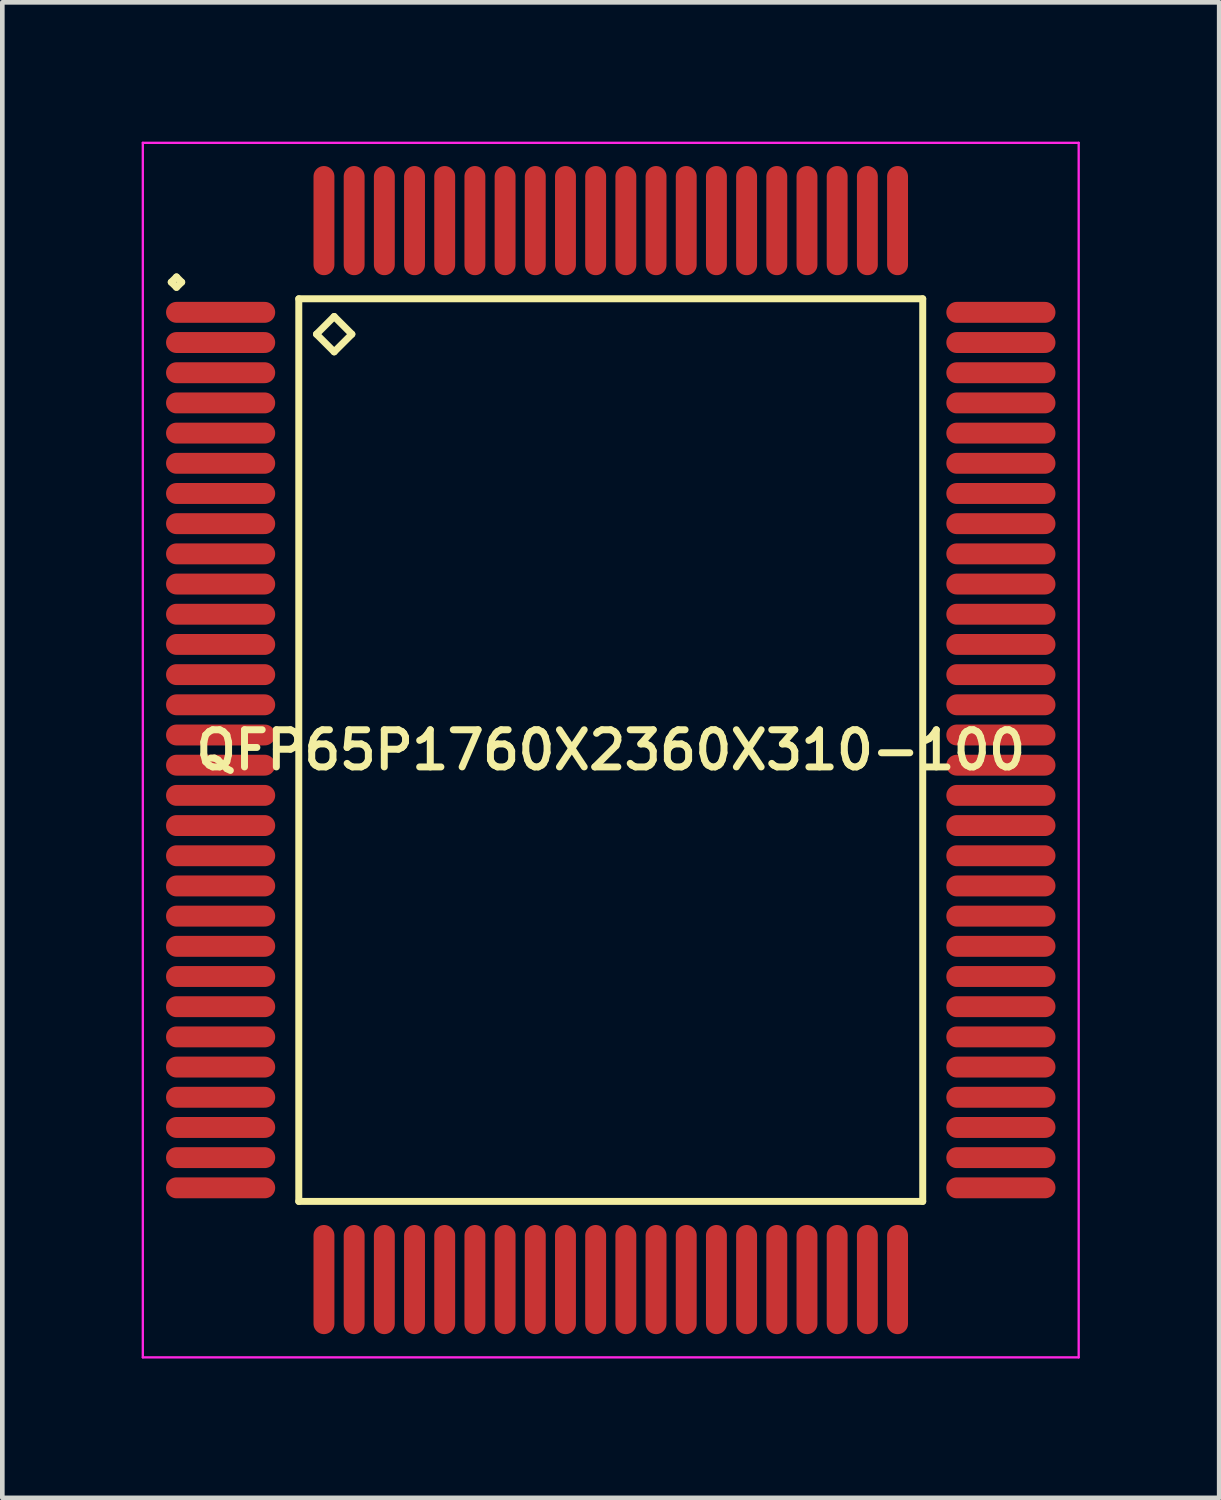
<source format=kicad_pcb>
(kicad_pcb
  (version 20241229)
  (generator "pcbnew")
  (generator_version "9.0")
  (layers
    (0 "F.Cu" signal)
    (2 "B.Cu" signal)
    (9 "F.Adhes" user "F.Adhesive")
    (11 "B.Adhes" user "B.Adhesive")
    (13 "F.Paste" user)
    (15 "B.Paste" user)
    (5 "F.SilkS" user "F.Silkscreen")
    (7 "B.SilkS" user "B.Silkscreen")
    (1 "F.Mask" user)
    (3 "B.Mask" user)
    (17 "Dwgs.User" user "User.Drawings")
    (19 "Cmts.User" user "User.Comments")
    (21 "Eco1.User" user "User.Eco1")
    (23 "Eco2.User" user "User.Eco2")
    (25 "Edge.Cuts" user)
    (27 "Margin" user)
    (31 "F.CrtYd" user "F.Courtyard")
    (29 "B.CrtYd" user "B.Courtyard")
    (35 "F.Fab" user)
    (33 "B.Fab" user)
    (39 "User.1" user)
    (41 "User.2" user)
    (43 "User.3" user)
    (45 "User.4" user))
  (footprint "QFP65P1760X2360X310-100"
    (layer "F.Cu")
    (at 10.1 13.1)
    (property "Reference" "QFP65P1760X2360X310-100" (at 0 0 0) (layer "F.SilkS") (effects (font (size 0.8 0.8) (thickness 0.15))))
    (attr smd)
    (fp_line (start -9.463 -10.075) (end -9.35 -10.188) (stroke (width 0.15) (type solid)) (layer "F.SilkS"))
    (fp_line (start -9.35 -10.188) (end -9.238 -10.075) (stroke (width 0.15) (type solid)) (layer "F.SilkS"))
    (fp_line (start -9.35 -9.963) (end -9.463 -10.075) (stroke (width 0.15) (type solid)) (layer "F.SilkS"))
    (fp_line (start -9.238 -10.075) (end -9.35 -9.963) (stroke (width 0.15) (type solid)) (layer "F.SilkS"))
    (fp_line (start -6.717 -9.717) (end -6.717 9.717) (stroke (width 0.15) (type solid)) (layer "F.SilkS"))
    (fp_line (start -6.717 9.717) (end 6.717 9.717) (stroke (width 0.15) (type solid)) (layer "F.SilkS"))
    (fp_line (start -6.336 -8.955) (end -5.955 -9.336) (stroke (width 0.15) (type solid)) (layer "F.SilkS"))
    (fp_line (start -5.955 -9.336) (end -5.574 -8.955) (stroke (width 0.15) (type solid)) (layer "F.SilkS"))
    (fp_line (start -5.955 -8.574) (end -6.336 -8.955) (stroke (width 0.15) (type solid)) (layer "F.SilkS"))
    (fp_line (start -5.574 -8.955) (end -5.955 -8.574) (stroke (width 0.15) (type solid)) (layer "F.SilkS"))
    (fp_line (start 6.717 -9.717) (end -6.717 -9.717) (stroke (width 0.15) (type solid)) (layer "F.SilkS"))
    (fp_line (start 6.717 9.717) (end 6.717 -9.717) (stroke (width 0.15) (type solid)) (layer "F.SilkS"))
    (fp_line (start -10.075 -13.075) (end 10.075 -13.075) (stroke (width 0.05) (type solid)) (layer "F.CrtYd"))
    (fp_line (start -10.075 13.075) (end -10.075 -13.075) (stroke (width 0.05) (type solid)) (layer "F.CrtYd"))
    (fp_line (start 10.075 -13.075) (end 10.075 13.075) (stroke (width 0.05) (type solid)) (layer "F.CrtYd"))
    (fp_line (start 10.075 13.075) (end -10.075 13.075) (stroke (width 0.05) (type solid)) (layer "F.CrtYd"))
    (pad "1" smd oval (at -8.4 -9.425) (size 2.35 0.45) (layers "F.Cu" "F.Mask" "F.Paste"))
    (pad "2" smd oval (at -8.4 -8.775) (size 2.35 0.45) (layers "F.Cu" "F.Mask" "F.Paste"))
    (pad "3" smd oval (at -8.4 -8.125) (size 2.35 0.45) (layers "F.Cu" "F.Mask" "F.Paste"))
    (pad "4" smd oval (at -8.4 -7.475) (size 2.35 0.45) (layers "F.Cu" "F.Mask" "F.Paste"))
    (pad "5" smd oval (at -8.4 -6.825) (size 2.35 0.45) (layers "F.Cu" "F.Mask" "F.Paste"))
    (pad "6" smd oval (at -8.4 -6.175) (size 2.35 0.45) (layers "F.Cu" "F.Mask" "F.Paste"))
    (pad "7" smd oval (at -8.4 -5.525) (size 2.35 0.45) (layers "F.Cu" "F.Mask" "F.Paste"))
    (pad "8" smd oval (at -8.4 -4.875) (size 2.35 0.45) (layers "F.Cu" "F.Mask" "F.Paste"))
    (pad "9" smd oval (at -8.4 -4.225) (size 2.35 0.45) (layers "F.Cu" "F.Mask" "F.Paste"))
    (pad "10" smd oval (at -8.4 -3.575) (size 2.35 0.45) (layers "F.Cu" "F.Mask" "F.Paste"))
    (pad "11" smd oval (at -8.4 -2.925) (size 2.35 0.45) (layers "F.Cu" "F.Mask" "F.Paste"))
    (pad "12" smd oval (at -8.4 -2.275) (size 2.35 0.45) (layers "F.Cu" "F.Mask" "F.Paste"))
    (pad "13" smd oval (at -8.4 -1.625) (size 2.35 0.45) (layers "F.Cu" "F.Mask" "F.Paste"))
    (pad "14" smd oval (at -8.4 -0.975) (size 2.35 0.45) (layers "F.Cu" "F.Mask" "F.Paste"))
    (pad "15" smd oval (at -8.4 -0.325) (size 2.35 0.45) (layers "F.Cu" "F.Mask" "F.Paste"))
    (pad "16" smd oval (at -8.4 0.325) (size 2.35 0.45) (layers "F.Cu" "F.Mask" "F.Paste"))
    (pad "17" smd oval (at -8.4 0.975) (size 2.35 0.45) (layers "F.Cu" "F.Mask" "F.Paste"))
    (pad "18" smd oval (at -8.4 1.625) (size 2.35 0.45) (layers "F.Cu" "F.Mask" "F.Paste"))
    (pad "19" smd oval (at -8.4 2.275) (size 2.35 0.45) (layers "F.Cu" "F.Mask" "F.Paste"))
    (pad "20" smd oval (at -8.4 2.925) (size 2.35 0.45) (layers "F.Cu" "F.Mask" "F.Paste"))
    (pad "21" smd oval (at -8.4 3.575) (size 2.35 0.45) (layers "F.Cu" "F.Mask" "F.Paste"))
    (pad "22" smd oval (at -8.4 4.225) (size 2.35 0.45) (layers "F.Cu" "F.Mask" "F.Paste"))
    (pad "23" smd oval (at -8.4 4.875) (size 2.35 0.45) (layers "F.Cu" "F.Mask" "F.Paste"))
    (pad "24" smd oval (at -8.4 5.525) (size 2.35 0.45) (layers "F.Cu" "F.Mask" "F.Paste"))
    (pad "25" smd oval (at -8.4 6.175) (size 2.35 0.45) (layers "F.Cu" "F.Mask" "F.Paste"))
    (pad "26" smd oval (at -8.4 6.825) (size 2.35 0.45) (layers "F.Cu" "F.Mask" "F.Paste"))
    (pad "27" smd oval (at -8.4 7.475) (size 2.35 0.45) (layers "F.Cu" "F.Mask" "F.Paste"))
    (pad "28" smd oval (at -8.4 8.125) (size 2.35 0.45) (layers "F.Cu" "F.Mask" "F.Paste"))
    (pad "29" smd oval (at -8.4 8.775) (size 2.35 0.45) (layers "F.Cu" "F.Mask" "F.Paste"))
    (pad "30" smd oval (at -8.4 9.425) (size 2.35 0.45) (layers "F.Cu" "F.Mask" "F.Paste"))
    (pad "31" smd oval (at -6.175 11.4) (size 0.45 2.35) (layers "F.Cu" "F.Mask" "F.Paste"))
    (pad "32" smd oval (at -5.525 11.4) (size 0.45 2.35) (layers "F.Cu" "F.Mask" "F.Paste"))
    (pad "33" smd oval (at -4.875 11.4) (size 0.45 2.35) (layers "F.Cu" "F.Mask" "F.Paste"))
    (pad "34" smd oval (at -4.225 11.4) (size 0.45 2.35) (layers "F.Cu" "F.Mask" "F.Paste"))
    (pad "35" smd oval (at -3.575 11.4) (size 0.45 2.35) (layers "F.Cu" "F.Mask" "F.Paste"))
    (pad "36" smd oval (at -2.925 11.4) (size 0.45 2.35) (layers "F.Cu" "F.Mask" "F.Paste"))
    (pad "37" smd oval (at -2.275 11.4) (size 0.45 2.35) (layers "F.Cu" "F.Mask" "F.Paste"))
    (pad "38" smd oval (at -1.625 11.4) (size 0.45 2.35) (layers "F.Cu" "F.Mask" "F.Paste"))
    (pad "39" smd oval (at -0.975 11.4) (size 0.45 2.35) (layers "F.Cu" "F.Mask" "F.Paste"))
    (pad "40" smd oval (at -0.325 11.4) (size 0.45 2.35) (layers "F.Cu" "F.Mask" "F.Paste"))
    (pad "41" smd oval (at 0.325 11.4) (size 0.45 2.35) (layers "F.Cu" "F.Mask" "F.Paste"))
    (pad "42" smd oval (at 0.975 11.4) (size 0.45 2.35) (layers "F.Cu" "F.Mask" "F.Paste"))
    (pad "43" smd oval (at 1.625 11.4) (size 0.45 2.35) (layers "F.Cu" "F.Mask" "F.Paste"))
    (pad "44" smd oval (at 2.275 11.4) (size 0.45 2.35) (layers "F.Cu" "F.Mask" "F.Paste"))
    (pad "45" smd oval (at 2.925 11.4) (size 0.45 2.35) (layers "F.Cu" "F.Mask" "F.Paste"))
    (pad "46" smd oval (at 3.575 11.4) (size 0.45 2.35) (layers "F.Cu" "F.Mask" "F.Paste"))
    (pad "47" smd oval (at 4.225 11.4) (size 0.45 2.35) (layers "F.Cu" "F.Mask" "F.Paste"))
    (pad "48" smd oval (at 4.875 11.4) (size 0.45 2.35) (layers "F.Cu" "F.Mask" "F.Paste"))
    (pad "49" smd oval (at 5.525 11.4) (size 0.45 2.35) (layers "F.Cu" "F.Mask" "F.Paste"))
    (pad "50" smd oval (at 6.175 11.4) (size 0.45 2.35) (layers "F.Cu" "F.Mask" "F.Paste"))
    (pad "51" smd oval (at 8.4 9.425) (size 2.35 0.45) (layers "F.Cu" "F.Mask" "F.Paste"))
    (pad "52" smd oval (at 8.4 8.775) (size 2.35 0.45) (layers "F.Cu" "F.Mask" "F.Paste"))
    (pad "53" smd oval (at 8.4 8.125) (size 2.35 0.45) (layers "F.Cu" "F.Mask" "F.Paste"))
    (pad "54" smd oval (at 8.4 7.475) (size 2.35 0.45) (layers "F.Cu" "F.Mask" "F.Paste"))
    (pad "55" smd oval (at 8.4 6.825) (size 2.35 0.45) (layers "F.Cu" "F.Mask" "F.Paste"))
    (pad "56" smd oval (at 8.4 6.175) (size 2.35 0.45) (layers "F.Cu" "F.Mask" "F.Paste"))
    (pad "57" smd oval (at 8.4 5.525) (size 2.35 0.45) (layers "F.Cu" "F.Mask" "F.Paste"))
    (pad "58" smd oval (at 8.4 4.875) (size 2.35 0.45) (layers "F.Cu" "F.Mask" "F.Paste"))
    (pad "59" smd oval (at 8.4 4.225) (size 2.35 0.45) (layers "F.Cu" "F.Mask" "F.Paste"))
    (pad "60" smd oval (at 8.4 3.575) (size 2.35 0.45) (layers "F.Cu" "F.Mask" "F.Paste"))
    (pad "61" smd oval (at 8.4 2.925) (size 2.35 0.45) (layers "F.Cu" "F.Mask" "F.Paste"))
    (pad "62" smd oval (at 8.4 2.275) (size 2.35 0.45) (layers "F.Cu" "F.Mask" "F.Paste"))
    (pad "63" smd oval (at 8.4 1.625) (size 2.35 0.45) (layers "F.Cu" "F.Mask" "F.Paste"))
    (pad "64" smd oval (at 8.4 0.975) (size 2.35 0.45) (layers "F.Cu" "F.Mask" "F.Paste"))
    (pad "65" smd oval (at 8.4 0.325) (size 2.35 0.45) (layers "F.Cu" "F.Mask" "F.Paste"))
    (pad "66" smd oval (at 8.4 -0.325) (size 2.35 0.45) (layers "F.Cu" "F.Mask" "F.Paste"))
    (pad "67" smd oval (at 8.4 -0.975) (size 2.35 0.45) (layers "F.Cu" "F.Mask" "F.Paste"))
    (pad "68" smd oval (at 8.4 -1.625) (size 2.35 0.45) (layers "F.Cu" "F.Mask" "F.Paste"))
    (pad "69" smd oval (at 8.4 -2.275) (size 2.35 0.45) (layers "F.Cu" "F.Mask" "F.Paste"))
    (pad "70" smd oval (at 8.4 -2.925) (size 2.35 0.45) (layers "F.Cu" "F.Mask" "F.Paste"))
    (pad "71" smd oval (at 8.4 -3.575) (size 2.35 0.45) (layers "F.Cu" "F.Mask" "F.Paste"))
    (pad "72" smd oval (at 8.4 -4.225) (size 2.35 0.45) (layers "F.Cu" "F.Mask" "F.Paste"))
    (pad "73" smd oval (at 8.4 -4.875) (size 2.35 0.45) (layers "F.Cu" "F.Mask" "F.Paste"))
    (pad "74" smd oval (at 8.4 -5.525) (size 2.35 0.45) (layers "F.Cu" "F.Mask" "F.Paste"))
    (pad "75" smd oval (at 8.4 -6.175) (size 2.35 0.45) (layers "F.Cu" "F.Mask" "F.Paste"))
    (pad "76" smd oval (at 8.4 -6.825) (size 2.35 0.45) (layers "F.Cu" "F.Mask" "F.Paste"))
    (pad "77" smd oval (at 8.4 -7.475) (size 2.35 0.45) (layers "F.Cu" "F.Mask" "F.Paste"))
    (pad "78" smd oval (at 8.4 -8.125) (size 2.35 0.45) (layers "F.Cu" "F.Mask" "F.Paste"))
    (pad "79" smd oval (at 8.4 -8.775) (size 2.35 0.45) (layers "F.Cu" "F.Mask" "F.Paste"))
    (pad "80" smd oval (at 8.4 -9.425) (size 2.35 0.45) (layers "F.Cu" "F.Mask" "F.Paste"))
    (pad "81" smd oval (at 6.175 -11.4) (size 0.45 2.35) (layers "F.Cu" "F.Mask" "F.Paste"))
    (pad "82" smd oval (at 5.525 -11.4) (size 0.45 2.35) (layers "F.Cu" "F.Mask" "F.Paste"))
    (pad "83" smd oval (at 4.875 -11.4) (size 0.45 2.35) (layers "F.Cu" "F.Mask" "F.Paste"))
    (pad "84" smd oval (at 4.225 -11.4) (size 0.45 2.35) (layers "F.Cu" "F.Mask" "F.Paste"))
    (pad "85" smd oval (at 3.575 -11.4) (size 0.45 2.35) (layers "F.Cu" "F.Mask" "F.Paste"))
    (pad "86" smd oval (at 2.925 -11.4) (size 0.45 2.35) (layers "F.Cu" "F.Mask" "F.Paste"))
    (pad "87" smd oval (at 2.275 -11.4) (size 0.45 2.35) (layers "F.Cu" "F.Mask" "F.Paste"))
    (pad "88" smd oval (at 1.625 -11.4) (size 0.45 2.35) (layers "F.Cu" "F.Mask" "F.Paste"))
    (pad "89" smd oval (at 0.975 -11.4) (size 0.45 2.35) (layers "F.Cu" "F.Mask" "F.Paste"))
    (pad "90" smd oval (at 0.325 -11.4) (size 0.45 2.35) (layers "F.Cu" "F.Mask" "F.Paste"))
    (pad "91" smd oval (at -0.325 -11.4) (size 0.45 2.35) (layers "F.Cu" "F.Mask" "F.Paste"))
    (pad "92" smd oval (at -0.975 -11.4) (size 0.45 2.35) (layers "F.Cu" "F.Mask" "F.Paste"))
    (pad "93" smd oval (at -1.625 -11.4) (size 0.45 2.35) (layers "F.Cu" "F.Mask" "F.Paste"))
    (pad "94" smd oval (at -2.275 -11.4) (size 0.45 2.35) (layers "F.Cu" "F.Mask" "F.Paste"))
    (pad "95" smd oval (at -2.925 -11.4) (size 0.45 2.35) (layers "F.Cu" "F.Mask" "F.Paste"))
    (pad "96" smd oval (at -3.575 -11.4) (size 0.45 2.35) (layers "F.Cu" "F.Mask" "F.Paste"))
    (pad "97" smd oval (at -4.225 -11.4) (size 0.45 2.35) (layers "F.Cu" "F.Mask" "F.Paste"))
    (pad "98" smd oval (at -4.875 -11.4) (size 0.45 2.35) (layers "F.Cu" "F.Mask" "F.Paste"))
    (pad "99" smd oval (at -5.525 -11.4) (size 0.45 2.35) (layers "F.Cu" "F.Mask" "F.Paste"))
    (pad "100" smd oval (at -6.175 -11.4) (size 0.45 2.35) (layers "F.Cu" "F.Mask" "F.Paste")))
  (gr_rect
    (start -3 -3)
    (end 23.2 29.2)
    (stroke (width 0.1) (type default))
    (fill no)
    (layer "Edge.Cuts")))
</source>
